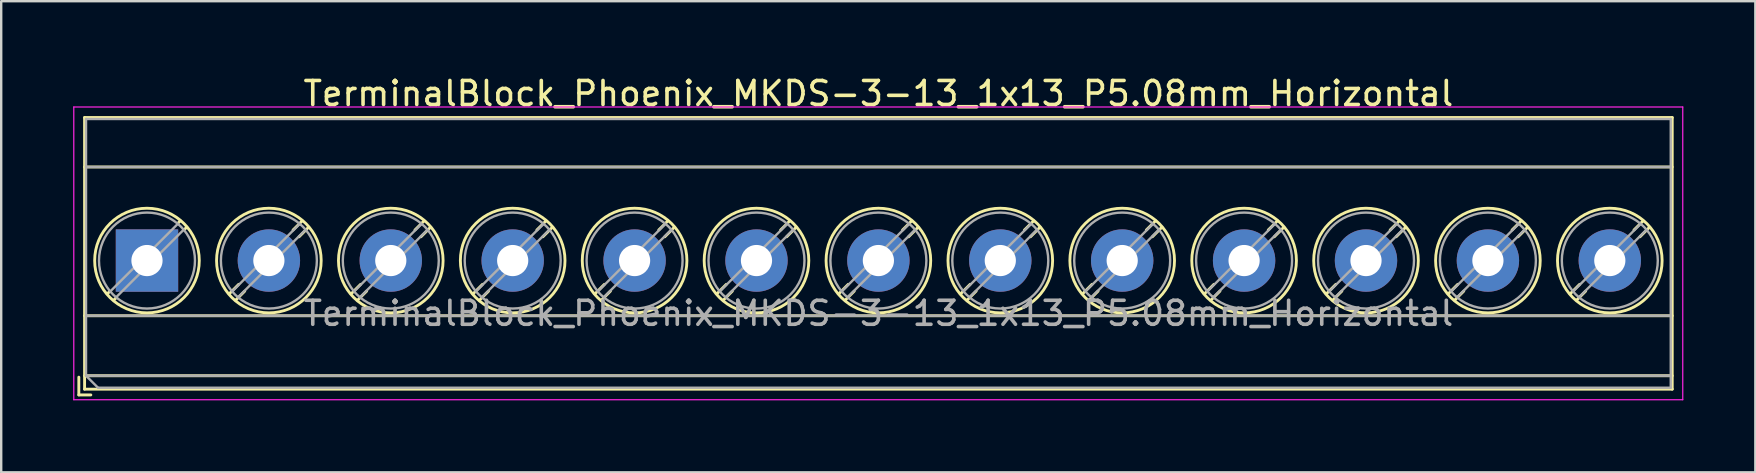
<source format=kicad_pcb>
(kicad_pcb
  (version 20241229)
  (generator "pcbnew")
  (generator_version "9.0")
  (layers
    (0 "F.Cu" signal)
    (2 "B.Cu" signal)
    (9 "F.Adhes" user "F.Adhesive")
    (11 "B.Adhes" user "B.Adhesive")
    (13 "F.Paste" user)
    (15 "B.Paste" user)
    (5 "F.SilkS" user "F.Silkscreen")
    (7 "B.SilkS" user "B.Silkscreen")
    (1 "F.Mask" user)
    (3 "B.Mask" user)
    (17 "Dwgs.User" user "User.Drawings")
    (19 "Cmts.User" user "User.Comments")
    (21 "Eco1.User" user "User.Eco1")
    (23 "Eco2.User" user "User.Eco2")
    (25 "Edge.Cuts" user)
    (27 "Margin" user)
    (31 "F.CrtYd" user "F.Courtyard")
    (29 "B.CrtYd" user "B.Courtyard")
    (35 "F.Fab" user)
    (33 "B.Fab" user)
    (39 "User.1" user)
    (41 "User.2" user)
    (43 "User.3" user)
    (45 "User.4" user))
  (footprint "TerminalBlock_Phoenix_MKDS-3-13_1x13_P5.08mm_Horizontal"
    (layer "F.Cu")
    (at 3.075 7.808)
    (property "Reference" "TerminalBlock_Phoenix_MKDS-3-13_1x13_P5.08mm_Horizontal" (at 30.48 -6.96 0) (layer "F.SilkS") (effects (font (size 1 1) (thickness 0.15))))
    (attr through_hole)
    (fp_line (start -2.84 4.86) (end -2.84 5.6) (stroke (width 0.12) (type solid)) (layer "F.SilkS"))
    (fp_line (start -2.84 5.6) (end -2.34 5.6) (stroke (width 0.12) (type solid)) (layer "F.SilkS"))
    (fp_line (start -2.6 -5.96) (end -2.6 5.36) (stroke (width 0.12) (type solid)) (layer "F.SilkS"))
    (fp_line (start -2.6 -5.96) (end 63.561 -5.96) (stroke (width 0.12) (type solid)) (layer "F.SilkS"))
    (fp_line (start -2.6 -3.9) (end 63.561 -3.9) (stroke (width 0.12) (type solid)) (layer "F.SilkS"))
    (fp_line (start -2.6 2.3) (end 63.561 2.3) (stroke (width 0.12) (type solid)) (layer "F.SilkS"))
    (fp_line (start -2.6 4.8) (end 63.561 4.8) (stroke (width 0.12) (type solid)) (layer "F.SilkS"))
    (fp_line (start -2.6 5.36) (end 63.561 5.36) (stroke (width 0.12) (type solid)) (layer "F.SilkS"))
    (fp_line (start -1.548 1.281) (end -1.654 1.388) (stroke (width 0.12) (type solid)) (layer "F.SilkS"))
    (fp_line (start -1.282 1.547) (end -1.388 1.654) (stroke (width 0.12) (type solid)) (layer "F.SilkS"))
    (fp_line (start 1.388 -1.654) (end 1.281 -1.547) (stroke (width 0.12) (type solid)) (layer "F.SilkS"))
    (fp_line (start 1.654 -1.388) (end 1.547 -1.281) (stroke (width 0.12) (type solid)) (layer "F.SilkS"))
    (fp_line (start 3.822 0.992) (end 3.427 1.388) (stroke (width 0.12) (type solid)) (layer "F.SilkS"))
    (fp_line (start 4.073 1.274) (end 3.693 1.654) (stroke (width 0.12) (type solid)) (layer "F.SilkS"))
    (fp_line (start 6.468 -1.654) (end 6.088 -1.274) (stroke (width 0.12) (type solid)) (layer "F.SilkS"))
    (fp_line (start 6.734 -1.388) (end 6.339 -0.992) (stroke (width 0.12) (type solid)) (layer "F.SilkS"))
    (fp_line (start 8.902 0.992) (end 8.507 1.388) (stroke (width 0.12) (type solid)) (layer "F.SilkS"))
    (fp_line (start 9.153 1.274) (end 8.773 1.654) (stroke (width 0.12) (type solid)) (layer "F.SilkS"))
    (fp_line (start 11.548 -1.654) (end 11.168 -1.274) (stroke (width 0.12) (type solid)) (layer "F.SilkS"))
    (fp_line (start 11.814 -1.388) (end 11.419 -0.992) (stroke (width 0.12) (type solid)) (layer "F.SilkS"))
    (fp_line (start 13.982 0.992) (end 13.587 1.388) (stroke (width 0.12) (type solid)) (layer "F.SilkS"))
    (fp_line (start 14.233 1.274) (end 13.853 1.654) (stroke (width 0.12) (type solid)) (layer "F.SilkS"))
    (fp_line (start 16.628 -1.654) (end 16.248 -1.274) (stroke (width 0.12) (type solid)) (layer "F.SilkS"))
    (fp_line (start 16.894 -1.388) (end 16.499 -0.992) (stroke (width 0.12) (type solid)) (layer "F.SilkS"))
    (fp_line (start 19.062 0.992) (end 18.667 1.388) (stroke (width 0.12) (type solid)) (layer "F.SilkS"))
    (fp_line (start 19.313 1.274) (end 18.933 1.654) (stroke (width 0.12) (type solid)) (layer "F.SilkS"))
    (fp_line (start 21.708 -1.654) (end 21.328 -1.274) (stroke (width 0.12) (type solid)) (layer "F.SilkS"))
    (fp_line (start 21.974 -1.388) (end 21.579 -0.992) (stroke (width 0.12) (type solid)) (layer "F.SilkS"))
    (fp_line (start 24.142 0.992) (end 23.747 1.388) (stroke (width 0.12) (type solid)) (layer "F.SilkS"))
    (fp_line (start 24.393 1.274) (end 24.013 1.654) (stroke (width 0.12) (type solid)) (layer "F.SilkS"))
    (fp_line (start 26.788 -1.654) (end 26.408 -1.274) (stroke (width 0.12) (type solid)) (layer "F.SilkS"))
    (fp_line (start 27.054 -1.388) (end 26.659 -0.992) (stroke (width 0.12) (type solid)) (layer "F.SilkS"))
    (fp_line (start 29.222 0.992) (end 28.827 1.388) (stroke (width 0.12) (type solid)) (layer "F.SilkS"))
    (fp_line (start 29.473 1.274) (end 29.093 1.654) (stroke (width 0.12) (type solid)) (layer "F.SilkS"))
    (fp_line (start 31.868 -1.654) (end 31.488 -1.274) (stroke (width 0.12) (type solid)) (layer "F.SilkS"))
    (fp_line (start 32.134 -1.388) (end 31.739 -0.992) (stroke (width 0.12) (type solid)) (layer "F.SilkS"))
    (fp_line (start 34.302 0.992) (end 33.907 1.388) (stroke (width 0.12) (type solid)) (layer "F.SilkS"))
    (fp_line (start 34.553 1.274) (end 34.173 1.654) (stroke (width 0.12) (type solid)) (layer "F.SilkS"))
    (fp_line (start 36.948 -1.654) (end 36.568 -1.274) (stroke (width 0.12) (type solid)) (layer "F.SilkS"))
    (fp_line (start 37.214 -1.388) (end 36.819 -0.992) (stroke (width 0.12) (type solid)) (layer "F.SilkS"))
    (fp_line (start 39.382 0.992) (end 38.987 1.388) (stroke (width 0.12) (type solid)) (layer "F.SilkS"))
    (fp_line (start 39.633 1.274) (end 39.253 1.654) (stroke (width 0.12) (type solid)) (layer "F.SilkS"))
    (fp_line (start 42.028 -1.654) (end 41.648 -1.274) (stroke (width 0.12) (type solid)) (layer "F.SilkS"))
    (fp_line (start 42.294 -1.388) (end 41.899 -0.992) (stroke (width 0.12) (type solid)) (layer "F.SilkS"))
    (fp_line (start 44.462 0.992) (end 44.067 1.388) (stroke (width 0.12) (type solid)) (layer "F.SilkS"))
    (fp_line (start 44.713 1.274) (end 44.333 1.654) (stroke (width 0.12) (type solid)) (layer "F.SilkS"))
    (fp_line (start 47.108 -1.654) (end 46.728 -1.274) (stroke (width 0.12) (type solid)) (layer "F.SilkS"))
    (fp_line (start 47.374 -1.388) (end 46.979 -0.992) (stroke (width 0.12) (type solid)) (layer "F.SilkS"))
    (fp_line (start 49.542 0.992) (end 49.147 1.388) (stroke (width 0.12) (type solid)) (layer "F.SilkS"))
    (fp_line (start 49.793 1.274) (end 49.413 1.654) (stroke (width 0.12) (type solid)) (layer "F.SilkS"))
    (fp_line (start 52.188 -1.654) (end 51.808 -1.274) (stroke (width 0.12) (type solid)) (layer "F.SilkS"))
    (fp_line (start 52.454 -1.388) (end 52.059 -0.992) (stroke (width 0.12) (type solid)) (layer "F.SilkS"))
    (fp_line (start 54.622 0.992) (end 54.227 1.388) (stroke (width 0.12) (type solid)) (layer "F.SilkS"))
    (fp_line (start 54.873 1.274) (end 54.493 1.654) (stroke (width 0.12) (type solid)) (layer "F.SilkS"))
    (fp_line (start 57.268 -1.654) (end 56.888 -1.274) (stroke (width 0.12) (type solid)) (layer "F.SilkS"))
    (fp_line (start 57.534 -1.388) (end 57.139 -0.992) (stroke (width 0.12) (type solid)) (layer "F.SilkS"))
    (fp_line (start 59.702 0.992) (end 59.307 1.388) (stroke (width 0.12) (type solid)) (layer "F.SilkS"))
    (fp_line (start 59.953 1.274) (end 59.573 1.654) (stroke (width 0.12) (type solid)) (layer "F.SilkS"))
    (fp_line (start 62.348 -1.654) (end 61.968 -1.274) (stroke (width 0.12) (type solid)) (layer "F.SilkS"))
    (fp_line (start 62.614 -1.388) (end 62.219 -0.992) (stroke (width 0.12) (type solid)) (layer "F.SilkS"))
    (fp_line (start 63.561 -5.96) (end 63.561 5.36) (stroke (width 0.12) (type solid)) (layer "F.SilkS"))
    (fp_circle (center 0 0) (end 2.18 0) (stroke (width 0.12) (type solid)) (fill no) (layer "F.SilkS"))
    (fp_circle (center 5.08 0) (end 7.26 0) (stroke (width 0.12) (type solid)) (fill no) (layer "F.SilkS"))
    (fp_circle (center 10.16 0) (end 12.34 0) (stroke (width 0.12) (type solid)) (fill no) (layer "F.SilkS"))
    (fp_circle (center 15.24 0) (end 17.42 0) (stroke (width 0.12) (type solid)) (fill no) (layer "F.SilkS"))
    (fp_circle (center 20.32 0) (end 22.5 0) (stroke (width 0.12) (type solid)) (fill no) (layer "F.SilkS"))
    (fp_circle (center 25.4 0) (end 27.58 0) (stroke (width 0.12) (type solid)) (fill no) (layer "F.SilkS"))
    (fp_circle (center 30.48 0) (end 32.66 0) (stroke (width 0.12) (type solid)) (fill no) (layer "F.SilkS"))
    (fp_circle (center 35.56 0) (end 37.74 0) (stroke (width 0.12) (type solid)) (fill no) (layer "F.SilkS"))
    (fp_circle (center 40.64 0) (end 42.82 0) (stroke (width 0.12) (type solid)) (fill no) (layer "F.SilkS"))
    (fp_circle (center 45.72 0) (end 47.9 0) (stroke (width 0.12) (type solid)) (fill no) (layer "F.SilkS"))
    (fp_circle (center 50.8 0) (end 52.98 0) (stroke (width 0.12) (type solid)) (fill no) (layer "F.SilkS"))
    (fp_circle (center 55.88 0) (end 58.06 0) (stroke (width 0.12) (type solid)) (fill no) (layer "F.SilkS"))
    (fp_circle (center 60.96 0) (end 63.14 0) (stroke (width 0.12) (type solid)) (fill no) (layer "F.SilkS"))
    (fp_line (start -3.05 -6.4) (end -3.05 5.8) (stroke (width 0.05) (type solid)) (layer "F.CrtYd"))
    (fp_line (start -3.05 5.8) (end 64 5.8) (stroke (width 0.05) (type solid)) (layer "F.CrtYd"))
    (fp_line (start 64 -6.4) (end -3.05 -6.4) (stroke (width 0.05) (type solid)) (layer "F.CrtYd"))
    (fp_line (start 64 5.8) (end 64 -6.4) (stroke (width 0.05) (type solid)) (layer "F.CrtYd"))
    (fp_line (start -2.54 -5.9) (end 63.5 -5.9) (stroke (width 0.1) (type solid)) (layer "F.Fab"))
    (fp_line (start -2.54 -3.9) (end 63.5 -3.9) (stroke (width 0.1) (type solid)) (layer "F.Fab"))
    (fp_line (start -2.54 2.3) (end 63.5 2.3) (stroke (width 0.1) (type solid)) (layer "F.Fab"))
    (fp_line (start -2.54 4.8) (end -2.54 -5.9) (stroke (width 0.1) (type solid)) (layer "F.Fab"))
    (fp_line (start -2.54 4.8) (end 63.5 4.8) (stroke (width 0.1) (type solid)) (layer "F.Fab"))
    (fp_line (start -2.04 5.3) (end -2.54 4.8) (stroke (width 0.1) (type solid)) (layer "F.Fab"))
    (fp_line (start 1.273 -1.517) (end -1.517 1.273) (stroke (width 0.1) (type solid)) (layer "F.Fab"))
    (fp_line (start 1.517 -1.273) (end -1.273 1.517) (stroke (width 0.1) (type solid)) (layer "F.Fab"))
    (fp_line (start 6.353 -1.517) (end 3.564 1.273) (stroke (width 0.1) (type solid)) (layer "F.Fab"))
    (fp_line (start 6.597 -1.273) (end 3.808 1.517) (stroke (width 0.1) (type solid)) (layer "F.Fab"))
    (fp_line (start 11.433 -1.517) (end 8.644 1.273) (stroke (width 0.1) (type solid)) (layer "F.Fab"))
    (fp_line (start 11.677 -1.273) (end 8.888 1.517) (stroke (width 0.1) (type solid)) (layer "F.Fab"))
    (fp_line (start 16.513 -1.517) (end 13.724 1.273) (stroke (width 0.1) (type solid)) (layer "F.Fab"))
    (fp_line (start 16.757 -1.273) (end 13.968 1.517) (stroke (width 0.1) (type solid)) (layer "F.Fab"))
    (fp_line (start 21.593 -1.517) (end 18.804 1.273) (stroke (width 0.1) (type solid)) (layer "F.Fab"))
    (fp_line (start 21.837 -1.273) (end 19.048 1.517) (stroke (width 0.1) (type solid)) (layer "F.Fab"))
    (fp_line (start 26.673 -1.517) (end 23.884 1.273) (stroke (width 0.1) (type solid)) (layer "F.Fab"))
    (fp_line (start 26.917 -1.273) (end 24.128 1.517) (stroke (width 0.1) (type solid)) (layer "F.Fab"))
    (fp_line (start 31.753 -1.517) (end 28.964 1.273) (stroke (width 0.1) (type solid)) (layer "F.Fab"))
    (fp_line (start 31.997 -1.273) (end 29.208 1.517) (stroke (width 0.1) (type solid)) (layer "F.Fab"))
    (fp_line (start 36.833 -1.517) (end 34.044 1.273) (stroke (width 0.1) (type solid)) (layer "F.Fab"))
    (fp_line (start 37.077 -1.273) (end 34.288 1.517) (stroke (width 0.1) (type solid)) (layer "F.Fab"))
    (fp_line (start 41.913 -1.517) (end 39.124 1.273) (stroke (width 0.1) (type solid)) (layer "F.Fab"))
    (fp_line (start 42.157 -1.273) (end 39.368 1.517) (stroke (width 0.1) (type solid)) (layer "F.Fab"))
    (fp_line (start 46.993 -1.517) (end 44.204 1.273) (stroke (width 0.1) (type solid)) (layer "F.Fab"))
    (fp_line (start 47.237 -1.273) (end 44.448 1.517) (stroke (width 0.1) (type solid)) (layer "F.Fab"))
    (fp_line (start 52.073 -1.517) (end 49.284 1.273) (stroke (width 0.1) (type solid)) (layer "F.Fab"))
    (fp_line (start 52.317 -1.273) (end 49.528 1.517) (stroke (width 0.1) (type solid)) (layer "F.Fab"))
    (fp_line (start 57.153 -1.517) (end 54.364 1.273) (stroke (width 0.1) (type solid)) (layer "F.Fab"))
    (fp_line (start 57.397 -1.273) (end 54.608 1.517) (stroke (width 0.1) (type solid)) (layer "F.Fab"))
    (fp_line (start 62.233 -1.517) (end 59.444 1.273) (stroke (width 0.1) (type solid)) (layer "F.Fab"))
    (fp_line (start 62.477 -1.273) (end 59.688 1.517) (stroke (width 0.1) (type solid)) (layer "F.Fab"))
    (fp_line (start 63.5 -5.9) (end 63.5 5.3) (stroke (width 0.1) (type solid)) (layer "F.Fab"))
    (fp_line (start 63.5 5.3) (end -2.04 5.3) (stroke (width 0.1) (type solid)) (layer "F.Fab"))
    (fp_circle (center 0 0) (end 2 0) (stroke (width 0.1) (type solid)) (fill no) (layer "F.Fab"))
    (fp_circle (center 5.08 0) (end 7.08 0) (stroke (width 0.1) (type solid)) (fill no) (layer "F.Fab"))
    (fp_circle (center 10.16 0) (end 12.16 0) (stroke (width 0.1) (type solid)) (fill no) (layer "F.Fab"))
    (fp_circle (center 15.24 0) (end 17.24 0) (stroke (width 0.1) (type solid)) (fill no) (layer "F.Fab"))
    (fp_circle (center 20.32 0) (end 22.32 0) (stroke (width 0.1) (type solid)) (fill no) (layer "F.Fab"))
    (fp_circle (center 25.4 0) (end 27.4 0) (stroke (width 0.1) (type solid)) (fill no) (layer "F.Fab"))
    (fp_circle (center 30.48 0) (end 32.48 0) (stroke (width 0.1) (type solid)) (fill no) (layer "F.Fab"))
    (fp_circle (center 35.56 0) (end 37.56 0) (stroke (width 0.1) (type solid)) (fill no) (layer "F.Fab"))
    (fp_circle (center 40.64 0) (end 42.64 0) (stroke (width 0.1) (type solid)) (fill no) (layer "F.Fab"))
    (fp_circle (center 45.72 0) (end 47.72 0) (stroke (width 0.1) (type solid)) (fill no) (layer "F.Fab"))
    (fp_circle (center 50.8 0) (end 52.8 0) (stroke (width 0.1) (type solid)) (fill no) (layer "F.Fab"))
    (fp_circle (center 55.88 0) (end 57.88 0) (stroke (width 0.1) (type solid)) (fill no) (layer "F.Fab"))
    (fp_circle (center 60.96 0) (end 62.96 0) (stroke (width 0.1) (type solid)) (fill no) (layer "F.Fab"))
    (fp_text user "${REFERENCE}" (at 30.48 2.2 0) (layer "F.Fab") (effects (font (size 1 1) (thickness 0.15))))
    (pad "1" thru_hole rect (at 0 0) (size 2.6 2.6) (drill 1.3) (layers "*.Cu" "*.Mask"))
    (pad "2" thru_hole circle (at 5.08 0) (size 2.6 2.6) (drill 1.3) (layers "*.Cu" "*.Mask"))
    (pad "3" thru_hole circle (at 10.16 0) (size 2.6 2.6) (drill 1.3) (layers "*.Cu" "*.Mask"))
    (pad "4" thru_hole circle (at 15.24 0) (size 2.6 2.6) (drill 1.3) (layers "*.Cu" "*.Mask"))
    (pad "5" thru_hole circle (at 20.32 0) (size 2.6 2.6) (drill 1.3) (layers "*.Cu" "*.Mask"))
    (pad "6" thru_hole circle (at 25.4 0) (size 2.6 2.6) (drill 1.3) (layers "*.Cu" "*.Mask"))
    (pad "7" thru_hole circle (at 30.48 0) (size 2.6 2.6) (drill 1.3) (layers "*.Cu" "*.Mask"))
    (pad "8" thru_hole circle (at 35.56 0) (size 2.6 2.6) (drill 1.3) (layers "*.Cu" "*.Mask"))
    (pad "9" thru_hole circle (at 40.64 0) (size 2.6 2.6) (drill 1.3) (layers "*.Cu" "*.Mask"))
    (pad "10" thru_hole circle (at 45.72 0) (size 2.6 2.6) (drill 1.3) (layers "*.Cu" "*.Mask"))
    (pad "11" thru_hole circle (at 50.8 0) (size 2.6 2.6) (drill 1.3) (layers "*.Cu" "*.Mask"))
    (pad "12" thru_hole circle (at 55.88 0) (size 2.6 2.6) (drill 1.3) (layers "*.Cu" "*.Mask"))
    (pad "13" thru_hole circle (at 60.96 0) (size 2.6 2.6) (drill 1.3) (layers "*.Cu" "*.Mask")))
  (gr_rect
    (start -3 -3)
    (end 70.1 16.633)
    (stroke (width 0.1) (type default))
    (fill no)
    (layer "Edge.Cuts")))
</source>
